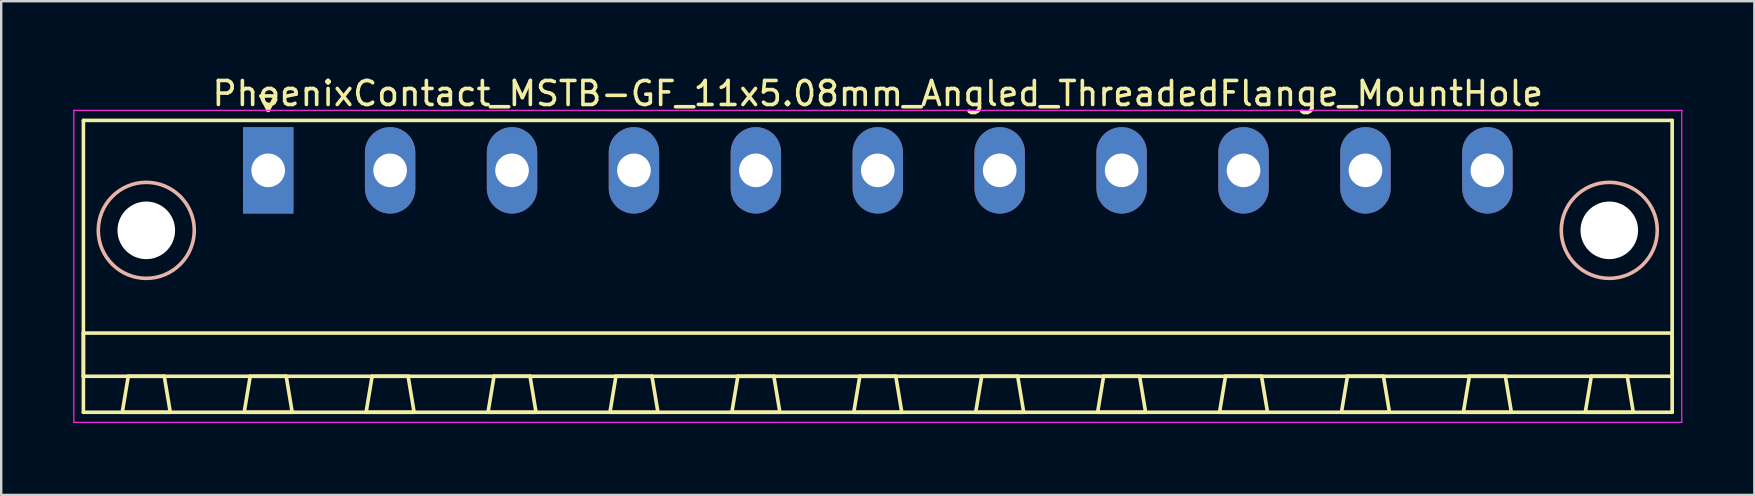
<source format=kicad_pcb>
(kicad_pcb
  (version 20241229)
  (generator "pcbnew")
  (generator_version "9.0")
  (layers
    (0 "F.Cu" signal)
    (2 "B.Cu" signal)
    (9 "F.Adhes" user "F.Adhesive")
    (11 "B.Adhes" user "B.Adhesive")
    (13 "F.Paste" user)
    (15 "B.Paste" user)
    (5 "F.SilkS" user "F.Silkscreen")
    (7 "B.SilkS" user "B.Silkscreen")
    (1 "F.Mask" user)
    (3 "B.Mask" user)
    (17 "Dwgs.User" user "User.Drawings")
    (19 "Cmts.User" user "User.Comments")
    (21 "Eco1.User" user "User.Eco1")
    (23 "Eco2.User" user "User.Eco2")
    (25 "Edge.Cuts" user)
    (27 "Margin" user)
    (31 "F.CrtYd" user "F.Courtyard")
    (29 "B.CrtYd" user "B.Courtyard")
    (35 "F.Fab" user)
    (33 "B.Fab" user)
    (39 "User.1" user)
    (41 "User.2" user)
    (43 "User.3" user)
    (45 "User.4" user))
  (footprint "PhoenixContact_MSTB-GF_11x5.08mm_Angled_ThreadedFlange_MountHole"
    (layer "F.Cu")
    (at 8.125 4.048)
    (property "Reference" "PhoenixContact_MSTB-GF_11x5.08mm_Angled_ThreadedFlange_MountHole" (at 25.4 -3.2 0) (layer "F.SilkS") (effects (font (size 1 1) (thickness 0.15))))
    (attr through_hole)
    (fp_line (start -7.7 -2.08) (end -7.7 10.08) (stroke (width 0.15) (type solid)) (layer "F.SilkS"))
    (fp_line (start -7.7 6.78) (end 58.5 6.78) (stroke (width 0.15) (type solid)) (layer "F.SilkS"))
    (fp_line (start -7.7 8.58) (end -7.7 6.78) (stroke (width 0.15) (type solid)) (layer "F.SilkS"))
    (fp_line (start -7.7 10.08) (end 58.5 10.08) (stroke (width 0.15) (type solid)) (layer "F.SilkS"))
    (fp_line (start -6.08 10.08) (end -4.08 10.08) (stroke (width 0.15) (type solid)) (layer "F.SilkS"))
    (fp_line (start -5.83 8.58) (end -6.08 10.08) (stroke (width 0.15) (type solid)) (layer "F.SilkS"))
    (fp_line (start -4.33 8.58) (end -5.83 8.58) (stroke (width 0.15) (type solid)) (layer "F.SilkS"))
    (fp_line (start -4.08 10.08) (end -4.33 8.58) (stroke (width 0.15) (type solid)) (layer "F.SilkS"))
    (fp_line (start -1 10.08) (end 1 10.08) (stroke (width 0.15) (type solid)) (layer "F.SilkS"))
    (fp_line (start -0.75 8.58) (end -1 10.08) (stroke (width 0.15) (type solid)) (layer "F.SilkS"))
    (fp_line (start -0.3 -3.1) (end 0 -2.5) (stroke (width 0.15) (type solid)) (layer "F.SilkS"))
    (fp_line (start 0 -2.5) (end 0.3 -3.1) (stroke (width 0.15) (type solid)) (layer "F.SilkS"))
    (fp_line (start 0.3 -3.1) (end -0.3 -3.1) (stroke (width 0.15) (type solid)) (layer "F.SilkS"))
    (fp_line (start 0.75 8.58) (end -0.75 8.58) (stroke (width 0.15) (type solid)) (layer "F.SilkS"))
    (fp_line (start 1 10.08) (end 0.75 8.58) (stroke (width 0.15) (type solid)) (layer "F.SilkS"))
    (fp_line (start 4.08 10.08) (end 6.08 10.08) (stroke (width 0.15) (type solid)) (layer "F.SilkS"))
    (fp_line (start 4.33 8.58) (end 4.08 10.08) (stroke (width 0.15) (type solid)) (layer "F.SilkS"))
    (fp_line (start 5.83 8.58) (end 4.33 8.58) (stroke (width 0.15) (type solid)) (layer "F.SilkS"))
    (fp_line (start 6.08 10.08) (end 5.83 8.58) (stroke (width 0.15) (type solid)) (layer "F.SilkS"))
    (fp_line (start 9.16 10.08) (end 11.16 10.08) (stroke (width 0.15) (type solid)) (layer "F.SilkS"))
    (fp_line (start 9.41 8.58) (end 9.16 10.08) (stroke (width 0.15) (type solid)) (layer "F.SilkS"))
    (fp_line (start 10.91 8.58) (end 9.41 8.58) (stroke (width 0.15) (type solid)) (layer "F.SilkS"))
    (fp_line (start 11.16 10.08) (end 10.91 8.58) (stroke (width 0.15) (type solid)) (layer "F.SilkS"))
    (fp_line (start 14.24 10.08) (end 16.24 10.08) (stroke (width 0.15) (type solid)) (layer "F.SilkS"))
    (fp_line (start 14.49 8.58) (end 14.24 10.08) (stroke (width 0.15) (type solid)) (layer "F.SilkS"))
    (fp_line (start 15.99 8.58) (end 14.49 8.58) (stroke (width 0.15) (type solid)) (layer "F.SilkS"))
    (fp_line (start 16.24 10.08) (end 15.99 8.58) (stroke (width 0.15) (type solid)) (layer "F.SilkS"))
    (fp_line (start 19.32 10.08) (end 21.32 10.08) (stroke (width 0.15) (type solid)) (layer "F.SilkS"))
    (fp_line (start 19.57 8.58) (end 19.32 10.08) (stroke (width 0.15) (type solid)) (layer "F.SilkS"))
    (fp_line (start 21.07 8.58) (end 19.57 8.58) (stroke (width 0.15) (type solid)) (layer "F.SilkS"))
    (fp_line (start 21.32 10.08) (end 21.07 8.58) (stroke (width 0.15) (type solid)) (layer "F.SilkS"))
    (fp_line (start 24.4 10.08) (end 26.4 10.08) (stroke (width 0.15) (type solid)) (layer "F.SilkS"))
    (fp_line (start 24.65 8.58) (end 24.4 10.08) (stroke (width 0.15) (type solid)) (layer "F.SilkS"))
    (fp_line (start 26.15 8.58) (end 24.65 8.58) (stroke (width 0.15) (type solid)) (layer "F.SilkS"))
    (fp_line (start 26.4 10.08) (end 26.15 8.58) (stroke (width 0.15) (type solid)) (layer "F.SilkS"))
    (fp_line (start 29.48 10.08) (end 31.48 10.08) (stroke (width 0.15) (type solid)) (layer "F.SilkS"))
    (fp_line (start 29.73 8.58) (end 29.48 10.08) (stroke (width 0.15) (type solid)) (layer "F.SilkS"))
    (fp_line (start 31.23 8.58) (end 29.73 8.58) (stroke (width 0.15) (type solid)) (layer "F.SilkS"))
    (fp_line (start 31.48 10.08) (end 31.23 8.58) (stroke (width 0.15) (type solid)) (layer "F.SilkS"))
    (fp_line (start 34.56 10.08) (end 36.56 10.08) (stroke (width 0.15) (type solid)) (layer "F.SilkS"))
    (fp_line (start 34.81 8.58) (end 34.56 10.08) (stroke (width 0.15) (type solid)) (layer "F.SilkS"))
    (fp_line (start 36.31 8.58) (end 34.81 8.58) (stroke (width 0.15) (type solid)) (layer "F.SilkS"))
    (fp_line (start 36.56 10.08) (end 36.31 8.58) (stroke (width 0.15) (type solid)) (layer "F.SilkS"))
    (fp_line (start 39.64 10.08) (end 41.64 10.08) (stroke (width 0.15) (type solid)) (layer "F.SilkS"))
    (fp_line (start 39.89 8.58) (end 39.64 10.08) (stroke (width 0.15) (type solid)) (layer "F.SilkS"))
    (fp_line (start 41.39 8.58) (end 39.89 8.58) (stroke (width 0.15) (type solid)) (layer "F.SilkS"))
    (fp_line (start 41.64 10.08) (end 41.39 8.58) (stroke (width 0.15) (type solid)) (layer "F.SilkS"))
    (fp_line (start 44.72 10.08) (end 46.72 10.08) (stroke (width 0.15) (type solid)) (layer "F.SilkS"))
    (fp_line (start 44.97 8.58) (end 44.72 10.08) (stroke (width 0.15) (type solid)) (layer "F.SilkS"))
    (fp_line (start 46.47 8.58) (end 44.97 8.58) (stroke (width 0.15) (type solid)) (layer "F.SilkS"))
    (fp_line (start 46.72 10.08) (end 46.47 8.58) (stroke (width 0.15) (type solid)) (layer "F.SilkS"))
    (fp_line (start 49.8 10.08) (end 51.8 10.08) (stroke (width 0.15) (type solid)) (layer "F.SilkS"))
    (fp_line (start 50.05 8.58) (end 49.8 10.08) (stroke (width 0.15) (type solid)) (layer "F.SilkS"))
    (fp_line (start 51.55 8.58) (end 50.05 8.58) (stroke (width 0.15) (type solid)) (layer "F.SilkS"))
    (fp_line (start 51.8 10.08) (end 51.55 8.58) (stroke (width 0.15) (type solid)) (layer "F.SilkS"))
    (fp_line (start 54.88 10.08) (end 56.88 10.08) (stroke (width 0.15) (type solid)) (layer "F.SilkS"))
    (fp_line (start 55.13 8.58) (end 54.88 10.08) (stroke (width 0.15) (type solid)) (layer "F.SilkS"))
    (fp_line (start 56.63 8.58) (end 55.13 8.58) (stroke (width 0.15) (type solid)) (layer "F.SilkS"))
    (fp_line (start 56.88 10.08) (end 56.63 8.58) (stroke (width 0.15) (type solid)) (layer "F.SilkS"))
    (fp_line (start 58.5 -2.08) (end -7.7 -2.08) (stroke (width 0.15) (type solid)) (layer "F.SilkS"))
    (fp_line (start 58.5 6.78) (end 58.5 8.58) (stroke (width 0.15) (type solid)) (layer "F.SilkS"))
    (fp_line (start 58.5 8.58) (end -7.7 8.58) (stroke (width 0.15) (type solid)) (layer "F.SilkS"))
    (fp_line (start 58.5 10.08) (end 58.5 -2.08) (stroke (width 0.15) (type solid)) (layer "F.SilkS"))
    (fp_circle (center -5.08 2.5) (end -3.08 2.5) (stroke (width 0.15) (type solid)) (fill no) (layer "B.SilkS"))
    (fp_circle (center 55.88 2.5) (end 57.88 2.5) (stroke (width 0.15) (type solid)) (fill no) (layer "B.SilkS"))
    (fp_line (start -8.1 -2.5) (end -8.1 10.5) (stroke (width 0.05) (type solid)) (layer "F.CrtYd"))
    (fp_line (start -8.1 10.5) (end 58.9 10.5) (stroke (width 0.05) (type solid)) (layer "F.CrtYd"))
    (fp_line (start 58.9 -2.5) (end -8.1 -2.5) (stroke (width 0.05) (type solid)) (layer "F.CrtYd"))
    (fp_line (start 58.9 10.5) (end 58.9 -2.5) (stroke (width 0.05) (type solid)) (layer "F.CrtYd"))
    (pad "" np_thru_hole circle (at -5.08 2.5) (size 2.4 2.4) (drill 2.4) (layers "*.Cu" "*.Mask"))
    (pad "" np_thru_hole circle (at 55.88 2.5) (size 2.4 2.4) (drill 2.4) (layers "*.Cu" "*.Mask"))
    (pad "1" thru_hole rect (at 0 0) (size 2.1 3.6) (drill 1.4) (layers "*.Cu" "*.Mask"))
    (pad "2" thru_hole oval (at 5.08 0) (size 2.1 3.6) (drill 1.4) (layers "*.Cu" "*.Mask"))
    (pad "3" thru_hole oval (at 10.16 0) (size 2.1 3.6) (drill 1.4) (layers "*.Cu" "*.Mask"))
    (pad "4" thru_hole oval (at 15.24 0) (size 2.1 3.6) (drill 1.4) (layers "*.Cu" "*.Mask"))
    (pad "5" thru_hole oval (at 20.32 0) (size 2.1 3.6) (drill 1.4) (layers "*.Cu" "*.Mask"))
    (pad "6" thru_hole oval (at 25.4 0) (size 2.1 3.6) (drill 1.4) (layers "*.Cu" "*.Mask"))
    (pad "7" thru_hole oval (at 30.48 0) (size 2.1 3.6) (drill 1.4) (layers "*.Cu" "*.Mask"))
    (pad "8" thru_hole oval (at 35.56 0) (size 2.1 3.6) (drill 1.4) (layers "*.Cu" "*.Mask"))
    (pad "9" thru_hole oval (at 40.64 0) (size 2.1 3.6) (drill 1.4) (layers "*.Cu" "*.Mask"))
    (pad "10" thru_hole oval (at 45.72 0) (size 2.1 3.6) (drill 1.4) (layers "*.Cu" "*.Mask"))
    (pad "11" thru_hole oval (at 50.8 0) (size 2.1 3.6) (drill 1.4) (layers "*.Cu" "*.Mask")))
  (gr_rect
    (start -3 -3)
    (end 70.05 17.573)
    (stroke (width 0.1) (type default))
    (fill no)
    (layer "Edge.Cuts")))
</source>
